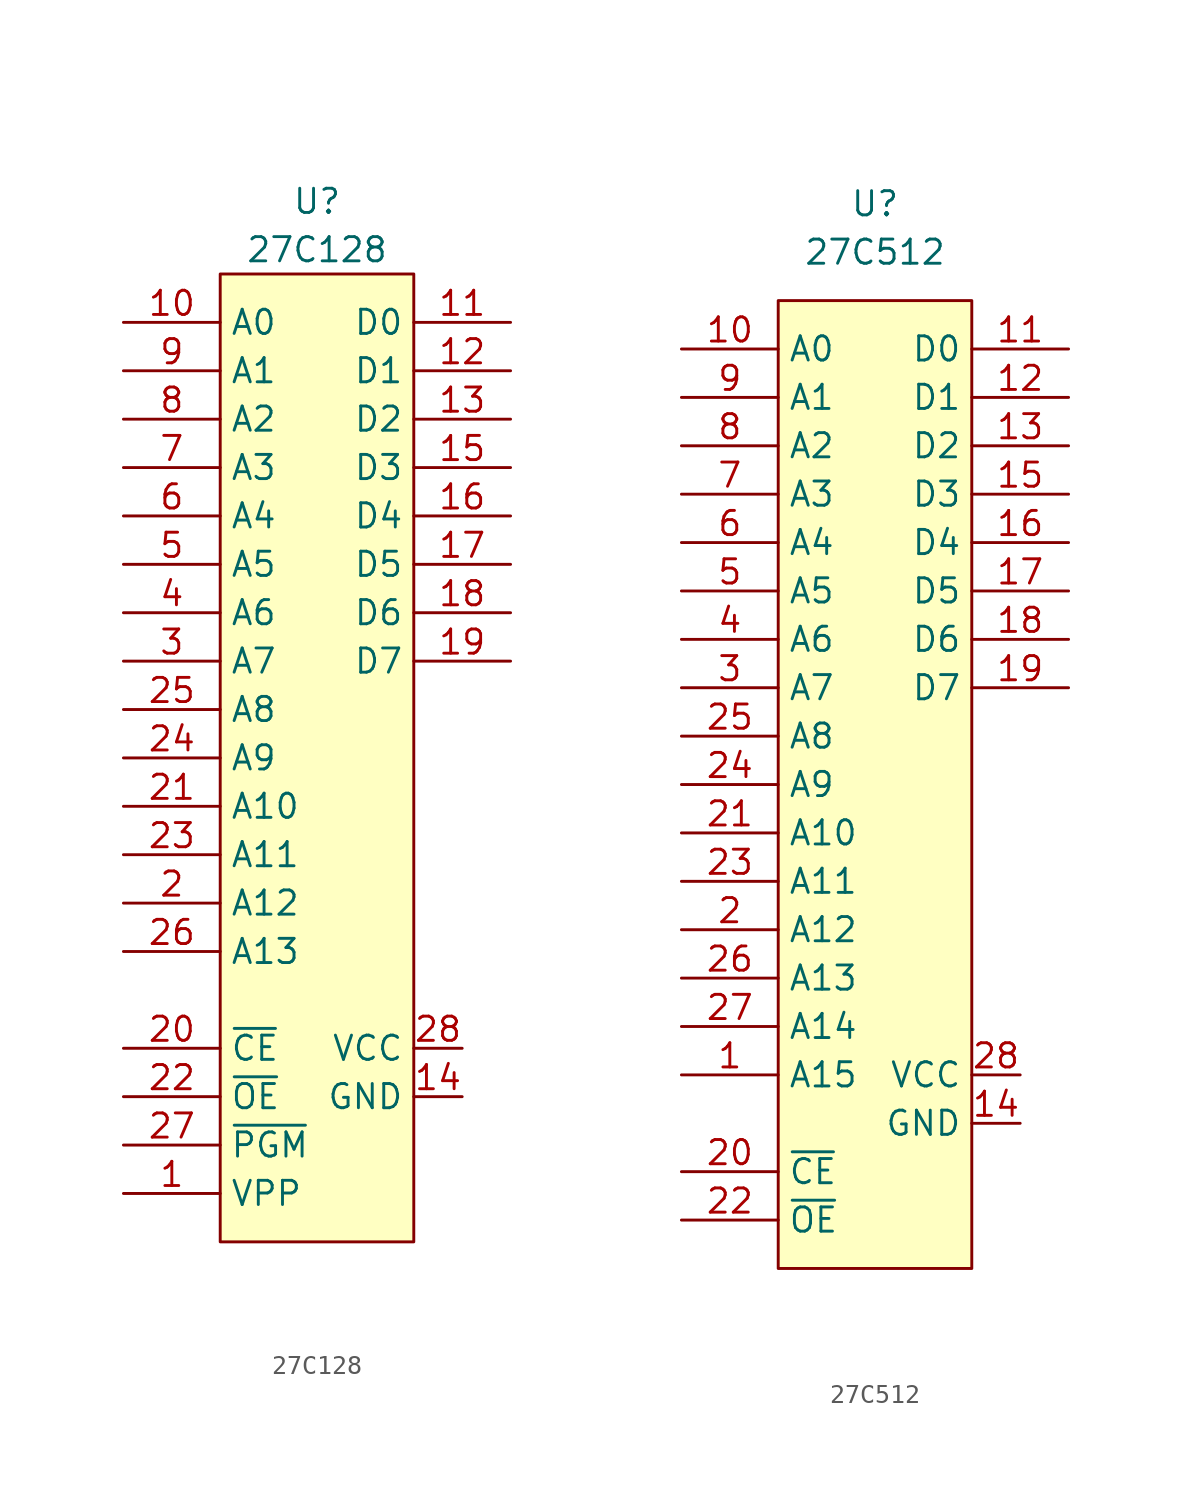
<source format=kicad_sym>
(kicad_symbol_lib
  (version 20220914)
  (generator kicad_symbol_editor)
  (symbol "27C128"
    (property "Reference" "U"
      (at 0 29.21 0)
      (effects (font (size 1.27 1.27))))
    (property "Value" "27C128"
      (at 0 26.67 0)
      (effects (font (size 1.27 1.27))))
    (symbol "27C128_1_1"
      (rectangle (start -5.08 25.4) (end 5.08 -25.4) (stroke (width 0) (type default)) (fill (type background)))
      (pin input line (at -10.16 -22.86 0) (length 5.08) (name "VPP" (effects (font (size 1.27 1.27)))) (number "1" (effects (font (size 1.27 1.27)))))
      (pin input line (at -10.16 22.86 0) (length 5.08) (name "A0" (effects (font (size 1.27 1.27)))) (number "10" (effects (font (size 1.27 1.27)))))
      (pin tri_state line (at 10.16 22.86 180) (length 5.08) (name "D0" (effects (font (size 1.27 1.27)))) (number "11" (effects (font (size 1.27 1.27)))))
      (pin tri_state line (at 10.16 20.32 180) (length 5.08) (name "D1" (effects (font (size 1.27 1.27)))) (number "12" (effects (font (size 1.27 1.27)))))
      (pin tri_state line (at 10.16 17.78 180) (length 5.08) (name "D2" (effects (font (size 1.27 1.27)))) (number "13" (effects (font (size 1.27 1.27)))))
      (pin power_in line (at 7.62 -17.78 180) (length 2.54) (name "GND" (effects (font (size 1.27 1.27)))) (number "14" (effects (font (size 1.27 1.27)))))
      (pin tri_state line (at 10.16 15.24 180) (length 5.08) (name "D3" (effects (font (size 1.27 1.27)))) (number "15" (effects (font (size 1.27 1.27)))))
      (pin tri_state line (at 10.16 12.7 180) (length 5.08) (name "D4" (effects (font (size 1.27 1.27)))) (number "16" (effects (font (size 1.27 1.27)))))
      (pin tri_state line (at 10.16 10.16 180) (length 5.08) (name "D5" (effects (font (size 1.27 1.27)))) (number "17" (effects (font (size 1.27 1.27)))))
      (pin tri_state line (at 10.16 7.62 180) (length 5.08) (name "D6" (effects (font (size 1.27 1.27)))) (number "18" (effects (font (size 1.27 1.27)))))
      (pin tri_state line (at 10.16 5.08 180) (length 5.08) (name "D7" (effects (font (size 1.27 1.27)))) (number "19" (effects (font (size 1.27 1.27)))))
      (pin input line (at -10.16 -7.62 0) (length 5.08) (name "A12" (effects (font (size 1.27 1.27)))) (number "2" (effects (font (size 1.27 1.27)))))
      (pin input line (at -10.16 -15.24 0) (length 5.08) (name "~{CE}" (effects (font (size 1.27 1.27)))) (number "20" (effects (font (size 1.27 1.27)))))
      (pin input line (at -10.16 -2.54 0) (length 5.08) (name "A10" (effects (font (size 1.27 1.27)))) (number "21" (effects (font (size 1.27 1.27)))))
      (pin input line (at -10.16 -17.78 0) (length 5.08) (name "~{OE}" (effects (font (size 1.27 1.27)))) (number "22" (effects (font (size 1.27 1.27)))))
      (pin input line (at -10.16 -5.08 0) (length 5.08) (name "A11" (effects (font (size 1.27 1.27)))) (number "23" (effects (font (size 1.27 1.27)))))
      (pin input line (at -10.16 0 0) (length 5.08) (name "A9" (effects (font (size 1.27 1.27)))) (number "24" (effects (font (size 1.27 1.27)))))
      (pin input line (at -10.16 2.54 0) (length 5.08) (name "A8" (effects (font (size 1.27 1.27)))) (number "25" (effects (font (size 1.27 1.27)))))
      (pin input line (at -10.16 -10.16 0) (length 5.08) (name "A13" (effects (font (size 1.27 1.27)))) (number "26" (effects (font (size 1.27 1.27)))))
      (pin input line (at -10.16 -20.32 0) (length 5.08) (name "~{PGM}" (effects (font (size 1.27 1.27)))) (number "27" (effects (font (size 1.27 1.27)))))
      (pin power_in line (at 7.62 -15.24 180) (length 2.54) (name "VCC" (effects (font (size 1.27 1.27)))) (number "28" (effects (font (size 1.27 1.27)))))
      (pin input line (at -10.16 5.08 0) (length 5.08) (name "A7" (effects (font (size 1.27 1.27)))) (number "3" (effects (font (size 1.27 1.27)))))
      (pin input line (at -10.16 7.62 0) (length 5.08) (name "A6" (effects (font (size 1.27 1.27)))) (number "4" (effects (font (size 1.27 1.27)))))
      (pin input line (at -10.16 10.16 0) (length 5.08) (name "A5" (effects (font (size 1.27 1.27)))) (number "5" (effects (font (size 1.27 1.27)))))
      (pin input line (at -10.16 12.7 0) (length 5.08) (name "A4" (effects (font (size 1.27 1.27)))) (number "6" (effects (font (size 1.27 1.27)))))
      (pin input line (at -10.16 15.24 0) (length 5.08) (name "A3" (effects (font (size 1.27 1.27)))) (number "7" (effects (font (size 1.27 1.27)))))
      (pin input line (at -10.16 17.78 0) (length 5.08) (name "A2" (effects (font (size 1.27 1.27)))) (number "8" (effects (font (size 1.27 1.27)))))
      (pin input line (at -10.16 20.32 0) (length 5.08) (name "A1" (effects (font (size 1.27 1.27)))) (number "9" (effects (font (size 1.27 1.27)))))))
  (symbol "27C512"
    (property "Reference" "U"
      (at 0 30.48 0)
      (effects (font (size 1.27 1.27))))
    (property "Value" "27C512"
      (at 0 27.94 0)
      (effects (font (size 1.27 1.27))))
    (symbol "27C512_1_1"
      (rectangle (start -5.08 25.4) (end 5.08 -25.4) (stroke (width 0) (type default)) (fill (type background)))
      (pin input line (at -10.16 -15.24 0) (length 5.08) (name "A15" (effects (font (size 1.27 1.27)))) (number "1" (effects (font (size 1.27 1.27)))))
      (pin input line (at -10.16 22.86 0) (length 5.08) (name "A0" (effects (font (size 1.27 1.27)))) (number "10" (effects (font (size 1.27 1.27)))))
      (pin tri_state line (at 10.16 22.86 180) (length 5.08) (name "D0" (effects (font (size 1.27 1.27)))) (number "11" (effects (font (size 1.27 1.27)))))
      (pin tri_state line (at 10.16 20.32 180) (length 5.08) (name "D1" (effects (font (size 1.27 1.27)))) (number "12" (effects (font (size 1.27 1.27)))))
      (pin tri_state line (at 10.16 17.78 180) (length 5.08) (name "D2" (effects (font (size 1.27 1.27)))) (number "13" (effects (font (size 1.27 1.27)))))
      (pin power_in line (at 7.62 -17.78 180) (length 2.54) (name "GND" (effects (font (size 1.27 1.27)))) (number "14" (effects (font (size 1.27 1.27)))))
      (pin tri_state line (at 10.16 15.24 180) (length 5.08) (name "D3" (effects (font (size 1.27 1.27)))) (number "15" (effects (font (size 1.27 1.27)))))
      (pin tri_state line (at 10.16 12.7 180) (length 5.08) (name "D4" (effects (font (size 1.27 1.27)))) (number "16" (effects (font (size 1.27 1.27)))))
      (pin tri_state line (at 10.16 10.16 180) (length 5.08) (name "D5" (effects (font (size 1.27 1.27)))) (number "17" (effects (font (size 1.27 1.27)))))
      (pin tri_state line (at 10.16 7.62 180) (length 5.08) (name "D6" (effects (font (size 1.27 1.27)))) (number "18" (effects (font (size 1.27 1.27)))))
      (pin tri_state line (at 10.16 5.08 180) (length 5.08) (name "D7" (effects (font (size 1.27 1.27)))) (number "19" (effects (font (size 1.27 1.27)))))
      (pin input line (at -10.16 -7.62 0) (length 5.08) (name "A12" (effects (font (size 1.27 1.27)))) (number "2" (effects (font (size 1.27 1.27)))))
      (pin input line (at -10.16 -20.32 0) (length 5.08) (name "~{CE}" (effects (font (size 1.27 1.27)))) (number "20" (effects (font (size 1.27 1.27)))))
      (pin input line (at -10.16 -2.54 0) (length 5.08) (name "A10" (effects (font (size 1.27 1.27)))) (number "21" (effects (font (size 1.27 1.27)))))
      (pin input line (at -10.16 -22.86 0) (length 5.08) (name "~{OE}" (effects (font (size 1.27 1.27)))) (number "22" (effects (font (size 1.27 1.27)))))
      (pin input line (at -10.16 -5.08 0) (length 5.08) (name "A11" (effects (font (size 1.27 1.27)))) (number "23" (effects (font (size 1.27 1.27)))))
      (pin input line (at -10.16 0 0) (length 5.08) (name "A9" (effects (font (size 1.27 1.27)))) (number "24" (effects (font (size 1.27 1.27)))))
      (pin input line (at -10.16 2.54 0) (length 5.08) (name "A8" (effects (font (size 1.27 1.27)))) (number "25" (effects (font (size 1.27 1.27)))))
      (pin input line (at -10.16 -10.16 0) (length 5.08) (name "A13" (effects (font (size 1.27 1.27)))) (number "26" (effects (font (size 1.27 1.27)))))
      (pin input line (at -10.16 -12.7 0) (length 5.08) (name "A14" (effects (font (size 1.27 1.27)))) (number "27" (effects (font (size 1.27 1.27)))))
      (pin power_in line (at 7.62 -15.24 180) (length 2.54) (name "VCC" (effects (font (size 1.27 1.27)))) (number "28" (effects (font (size 1.27 1.27)))))
      (pin input line (at -10.16 5.08 0) (length 5.08) (name "A7" (effects (font (size 1.27 1.27)))) (number "3" (effects (font (size 1.27 1.27)))))
      (pin input line (at -10.16 7.62 0) (length 5.08) (name "A6" (effects (font (size 1.27 1.27)))) (number "4" (effects (font (size 1.27 1.27)))))
      (pin input line (at -10.16 10.16 0) (length 5.08) (name "A5" (effects (font (size 1.27 1.27)))) (number "5" (effects (font (size 1.27 1.27)))))
      (pin input line (at -10.16 12.7 0) (length 5.08) (name "A4" (effects (font (size 1.27 1.27)))) (number "6" (effects (font (size 1.27 1.27)))))
      (pin input line (at -10.16 15.24 0) (length 5.08) (name "A3" (effects (font (size 1.27 1.27)))) (number "7" (effects (font (size 1.27 1.27)))))
      (pin input line (at -10.16 17.78 0) (length 5.08) (name "A2" (effects (font (size 1.27 1.27)))) (number "8" (effects (font (size 1.27 1.27)))))
      (pin input line (at -10.16 20.32 0) (length 5.08) (name "A1" (effects (font (size 1.27 1.27)))) (number "9" (effects (font (size 1.27 1.27))))))))
</source>
